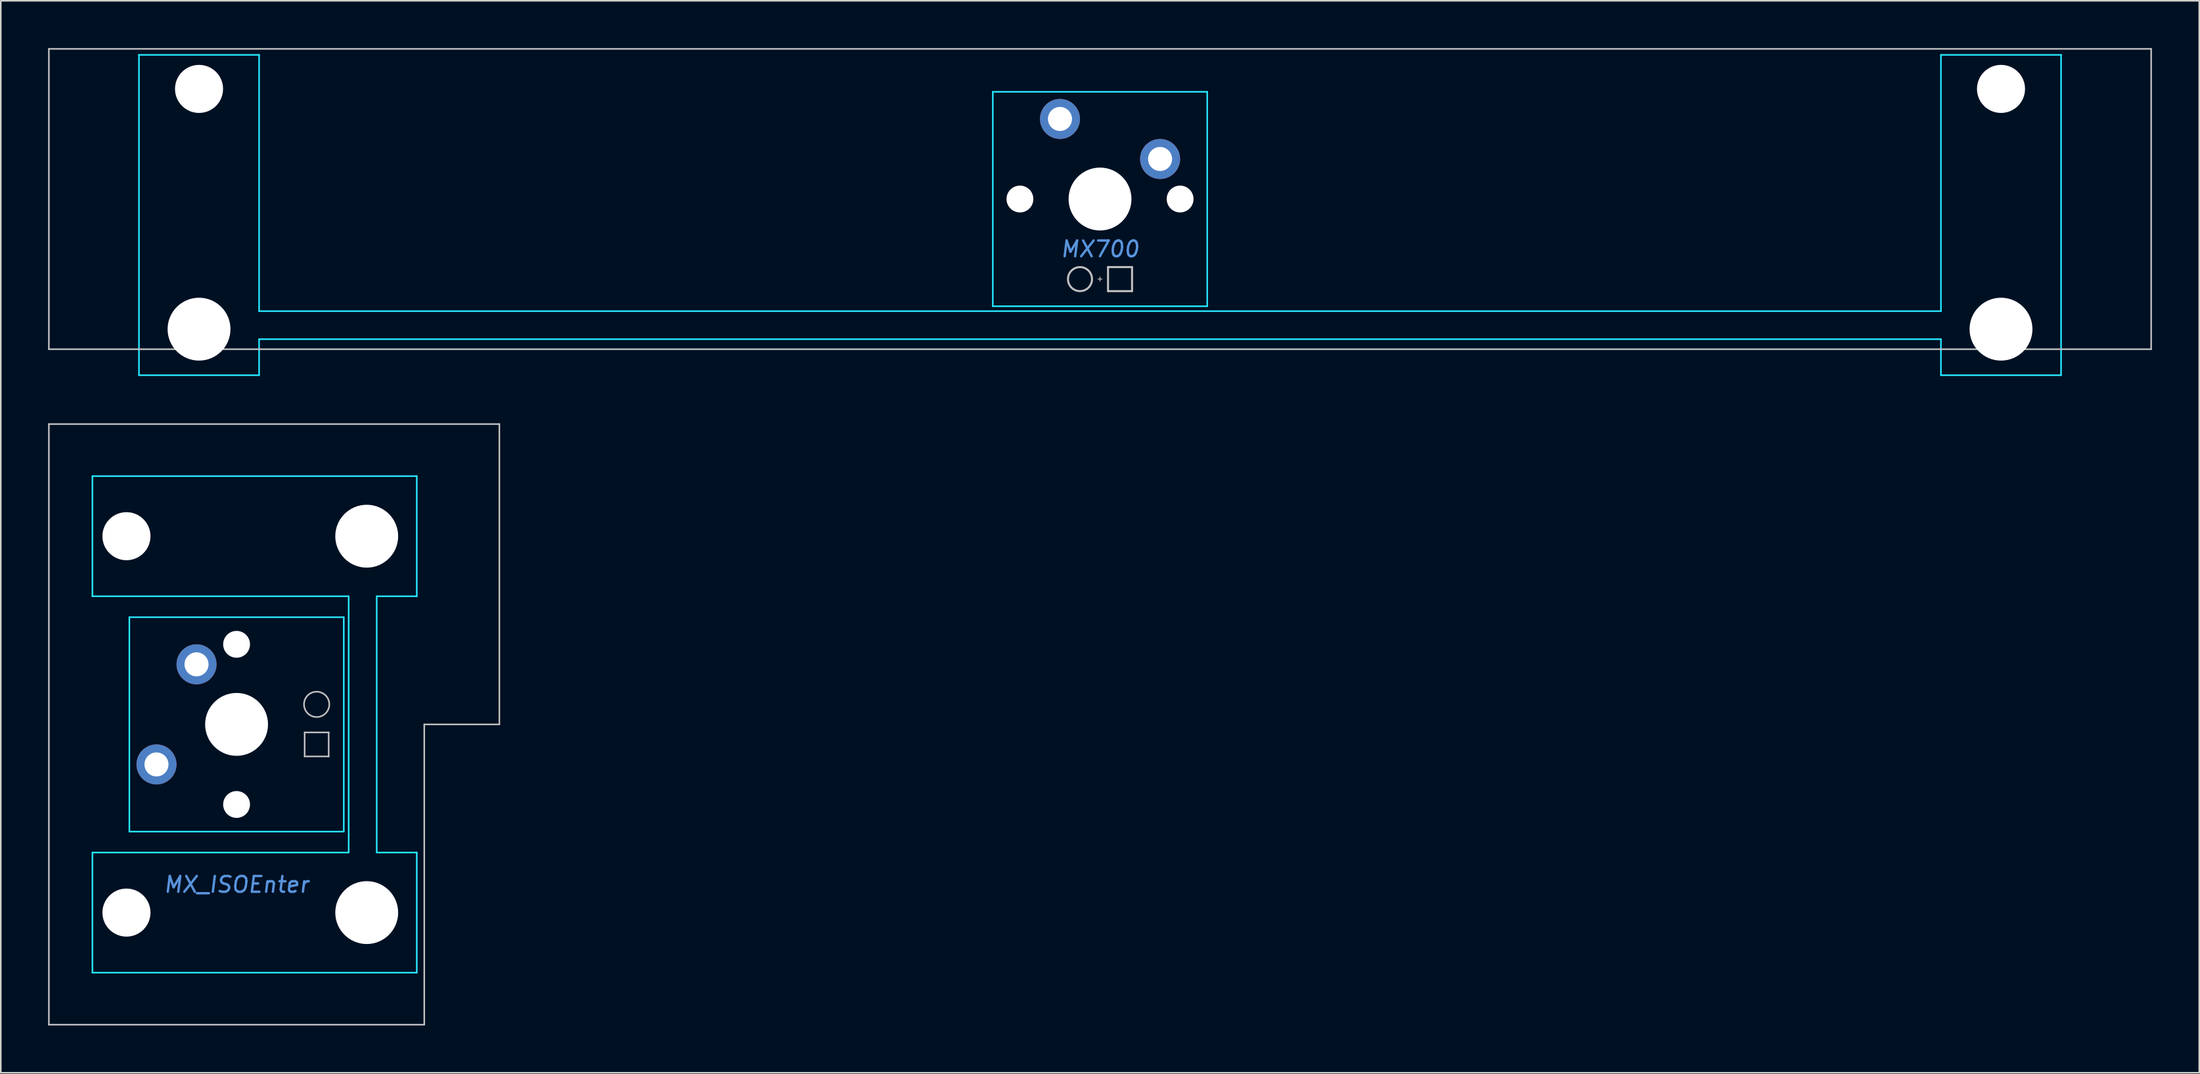
<source format=kicad_pcb>
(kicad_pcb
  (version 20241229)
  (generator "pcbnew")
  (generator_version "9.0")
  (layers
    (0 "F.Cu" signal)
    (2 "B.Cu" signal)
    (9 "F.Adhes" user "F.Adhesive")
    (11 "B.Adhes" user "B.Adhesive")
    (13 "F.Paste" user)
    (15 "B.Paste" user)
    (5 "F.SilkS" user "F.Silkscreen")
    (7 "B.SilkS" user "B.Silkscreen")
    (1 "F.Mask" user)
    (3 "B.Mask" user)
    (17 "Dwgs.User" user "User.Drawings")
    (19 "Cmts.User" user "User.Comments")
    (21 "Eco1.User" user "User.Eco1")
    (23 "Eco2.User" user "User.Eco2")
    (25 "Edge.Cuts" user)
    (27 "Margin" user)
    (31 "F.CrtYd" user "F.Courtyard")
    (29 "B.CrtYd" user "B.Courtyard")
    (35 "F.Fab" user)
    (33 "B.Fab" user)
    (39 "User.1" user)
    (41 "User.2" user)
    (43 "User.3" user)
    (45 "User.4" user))
  (footprint "MX_ISOEnter"
    (layer "F.Cu")
    (at 11.956 42.901)
    (property "Reference" "MX_ISOEnter" (at 0 10.16 0) (layer "Cmts.User") (effects (font (size 1 1) (thickness 0.15) (italic yes))))
    (attr through_hole)
    (fp_line (start -11.906 19.05) (end -11.906 -19.05) (stroke (width 0.1) (type solid)) (layer "Dwgs.User"))
    (fp_line (start -0.127 5.08) (end 0.127 5.08) (stroke (width 0.05) (type solid)) (layer "Dwgs.User"))
    (fp_line (start 0 5.207) (end 0 4.953) (stroke (width 0.05) (type solid)) (layer "Dwgs.User"))
    (fp_line (start 4.318 0.508) (end 4.318 2.032) (stroke (width 0.1) (type solid)) (layer "Dwgs.User"))
    (fp_line (start 4.318 0.508) (end 5.842 0.508) (stroke (width 0.1) (type solid)) (layer "Dwgs.User"))
    (fp_line (start 4.318 2.032) (end 5.842 2.032) (stroke (width 0.1) (type solid)) (layer "Dwgs.User"))
    (fp_line (start 5.842 2.032) (end 5.842 0.508) (stroke (width 0.1) (type solid)) (layer "Dwgs.User"))
    (fp_line (start 11.906 19.05) (end -11.906 19.05) (stroke (width 0.1) (type solid)) (layer "Dwgs.User"))
    (fp_line (start 11.906 19.05) (end 11.906 0) (stroke (width 0.1) (type solid)) (layer "Dwgs.User"))
    (fp_line (start 16.669 -19.05) (end -11.906 -19.05) (stroke (width 0.1) (type solid)) (layer "Dwgs.User"))
    (fp_line (start 16.669 0) (end 11.906 0) (stroke (width 0.1) (type solid)) (layer "Dwgs.User"))
    (fp_line (start 16.669 0) (end 16.669 -19.05) (stroke (width 0.1) (type solid)) (layer "Dwgs.User"))
    (fp_circle (center 5.08 -1.27) (end 5.883 -1.27) (stroke (width 0.1) (type solid)) (fill no) (layer "Dwgs.User"))
    (fp_line (start -9.144 -15.748) (end 11.43 -15.748) (stroke (width 0.1) (type solid)) (layer "B.CrtYd"))
    (fp_line (start -9.144 -8.128) (end -9.144 -15.748) (stroke (width 0.1) (type solid)) (layer "B.CrtYd"))
    (fp_line (start -9.144 -8.128) (end 7.112 -8.128) (stroke (width 0.1) (type solid)) (layer "B.CrtYd"))
    (fp_line (start -9.144 8.128) (end 7.112 8.128) (stroke (width 0.1) (type solid)) (layer "B.CrtYd"))
    (fp_line (start -9.144 15.748) (end -9.144 8.128) (stroke (width 0.1) (type solid)) (layer "B.CrtYd"))
    (fp_line (start -6.8 6.8) (end -6.8 -6.8) (stroke (width 0.1) (type solid)) (layer "B.CrtYd"))
    (fp_line (start 6.8 -6.8) (end -6.8 -6.8) (stroke (width 0.1) (type solid)) (layer "B.CrtYd"))
    (fp_line (start 6.8 6.8) (end -6.8 6.8) (stroke (width 0.1) (type solid)) (layer "B.CrtYd"))
    (fp_line (start 6.8 6.8) (end 6.8 -6.8) (stroke (width 0.1) (type solid)) (layer "B.CrtYd"))
    (fp_line (start 7.112 8.128) (end 7.112 -8.128) (stroke (width 0.1) (type solid)) (layer "B.CrtYd"))
    (fp_line (start 8.89 8.128) (end 8.89 -8.128) (stroke (width 0.1) (type solid)) (layer "B.CrtYd"))
    (fp_line (start 11.43 -15.748) (end 11.43 -8.128) (stroke (width 0.1) (type solid)) (layer "B.CrtYd"))
    (fp_line (start 11.43 -8.128) (end 8.89 -8.128) (stroke (width 0.1) (type solid)) (layer "B.CrtYd"))
    (fp_line (start 11.43 8.128) (end 8.89 8.128) (stroke (width 0.1) (type solid)) (layer "B.CrtYd"))
    (fp_line (start 11.43 8.128) (end 11.43 15.748) (stroke (width 0.1) (type solid)) (layer "B.CrtYd"))
    (fp_line (start 11.43 15.748) (end -9.144 15.748) (stroke (width 0.1) (type solid)) (layer "B.CrtYd"))
    (pad "" np_thru_hole circle (at -6.985 -11.938 90) (size 3.048 3.048) (drill 3.048) (layers "*.Cu" "*.Mask"))
    (pad "" np_thru_hole circle (at -6.985 11.938 90) (size 3.048 3.048) (drill 3.048) (layers "*.Cu" "*.Mask"))
    (pad "" connect circle (at -5.08 2.54) (size 1.524 1.524) (layers "B.Mask"))
    (pad "" connect circle (at -2.54 -3.81) (size 1.524 1.524) (layers "B.Mask"))
    (pad "" np_thru_hole circle (at 0 -5.08) (size 1.702 1.702) (drill 1.702) (layers "*.Cu" "*.Mask"))
    (pad "" np_thru_hole circle (at 0 0) (size 3.988 3.988) (drill 3.988) (layers "*.Cu" "*.Mask"))
    (pad "" np_thru_hole circle (at 0 5.08) (size 1.702 1.702) (drill 1.702) (layers "*.Cu" "*.Mask"))
    (pad "" np_thru_hole circle (at 8.255 -11.938 90) (size 3.988 3.988) (drill 3.988) (layers "*.Cu" "*.Mask"))
    (pad "" np_thru_hole circle (at 8.255 11.938 90) (size 3.988 3.988) (drill 3.988) (layers "*.Cu" "*.Mask"))
    (pad "1" thru_hole circle (at -5.08 2.54) (size 2.54 2.54) (drill 1.524) (layers "*.Cu" "F.Mask"))
    (pad "2" thru_hole circle (at -2.54 -3.81) (size 2.54 2.54) (drill 1.524) (layers "*.Cu" "F.Mask")))
  (footprint "MX700"
    (layer "F.Cu")
    (at 66.725 9.575)
    (property "Reference" "MX700" (at 0 3.175 0) (layer "Cmts.User") (effects (font (size 1 1) (thickness 0.15) (italic yes))))
    (attr through_hole)
    (fp_line (start -66.675 -9.525) (end -66.675 9.525) (stroke (width 0.1) (type solid)) (layer "Dwgs.User"))
    (fp_line (start -66.675 -9.525) (end 66.675 -9.525) (stroke (width 0.1) (type solid)) (layer "Dwgs.User"))
    (fp_line (start -66.675 9.525) (end 66.675 9.525) (stroke (width 0.1) (type solid)) (layer "Dwgs.User"))
    (fp_line (start -0.127 5.08) (end 0.127 5.08) (stroke (width 0.051) (type solid)) (layer "Dwgs.User"))
    (fp_line (start 0 4.953) (end 0 5.207) (stroke (width 0.051) (type solid)) (layer "Dwgs.User"))
    (fp_line (start 0.508 4.318) (end 0.508 5.842) (stroke (width 0.127) (type solid)) (layer "Dwgs.User"))
    (fp_line (start 0.508 4.318) (end 2.032 4.318) (stroke (width 0.127) (type solid)) (layer "Dwgs.User"))
    (fp_line (start 0.508 5.842) (end 2.032 5.842) (stroke (width 0.127) (type solid)) (layer "Dwgs.User"))
    (fp_line (start 2.032 5.842) (end 2.032 4.318) (stroke (width 0.127) (type solid)) (layer "Dwgs.User"))
    (fp_line (start 66.675 -9.525) (end 66.675 9.525) (stroke (width 0.1) (type solid)) (layer "Dwgs.User"))
    (fp_circle (center -1.27 5.08) (end -0.508 5.08) (stroke (width 0.127) (type solid)) (fill no) (layer "Dwgs.User"))
    (fp_line (start -60.96 -9.144) (end -60.96 11.176) (stroke (width 0.1) (type solid)) (layer "B.CrtYd"))
    (fp_line (start -60.96 -9.144) (end -53.34 -9.144) (stroke (width 0.1) (type solid)) (layer "B.CrtYd"))
    (fp_line (start -60.96 11.176) (end -53.34 11.176) (stroke (width 0.1) (type solid)) (layer "B.CrtYd"))
    (fp_line (start -53.34 7.112) (end -53.34 -9.144) (stroke (width 0.1) (type solid)) (layer "B.CrtYd"))
    (fp_line (start -53.34 7.112) (end 53.34 7.112) (stroke (width 0.1) (type solid)) (layer "B.CrtYd"))
    (fp_line (start -53.34 8.89) (end -53.34 11.176) (stroke (width 0.1) (type solid)) (layer "B.CrtYd"))
    (fp_line (start -53.34 8.89) (end 53.34 8.89) (stroke (width 0.1) (type solid)) (layer "B.CrtYd"))
    (fp_line (start -6.8 -6.8) (end -6.8 6.8) (stroke (width 0.1) (type solid)) (layer "B.CrtYd"))
    (fp_line (start -6.8 -6.8) (end 6.8 -6.8) (stroke (width 0.1) (type solid)) (layer "B.CrtYd"))
    (fp_line (start -6.8 6.8) (end 6.8 6.8) (stroke (width 0.1) (type solid)) (layer "B.CrtYd"))
    (fp_line (start 6.8 6.8) (end 6.8 -6.8) (stroke (width 0.1) (type solid)) (layer "B.CrtYd"))
    (fp_line (start 53.34 -9.144) (end 60.96 -9.144) (stroke (width 0.1) (type solid)) (layer "B.CrtYd"))
    (fp_line (start 53.34 7.112) (end 53.34 -9.144) (stroke (width 0.1) (type solid)) (layer "B.CrtYd"))
    (fp_line (start 53.34 8.89) (end 53.34 11.176) (stroke (width 0.1) (type solid)) (layer "B.CrtYd"))
    (fp_line (start 53.34 11.176) (end 60.96 11.176) (stroke (width 0.1) (type solid)) (layer "B.CrtYd"))
    (fp_line (start 60.96 -9.144) (end 60.96 11.176) (stroke (width 0.1) (type solid)) (layer "B.CrtYd"))
    (pad "" np_thru_hole circle (at -57.15 -6.985 180) (size 3.048 3.048) (drill 3.048) (layers "*.Cu" "*.Mask"))
    (pad "" np_thru_hole circle (at -57.15 8.255 180) (size 3.988 3.988) (drill 3.988) (layers "*.Cu" "*.Mask"))
    (pad "" np_thru_hole circle (at -5.08 0) (size 1.702 1.702) (drill 1.702) (layers "*.Cu" "*.Mask"))
    (pad "" connect circle (at -2.54 -5.08) (size 1.524 1.524) (layers "B.Mask"))
    (pad "" np_thru_hole circle (at 0 0) (size 3.988 3.988) (drill 3.988) (layers "*.Cu" "*.Mask"))
    (pad "" connect circle (at 3.81 -2.54) (size 1.524 1.524) (layers "B.Mask"))
    (pad "" np_thru_hole circle (at 5.08 0) (size 1.702 1.702) (drill 1.702) (layers "*.Cu" "*.Mask"))
    (pad "" np_thru_hole circle (at 57.15 -6.985 180) (size 3.048 3.048) (drill 3.048) (layers "*.Cu" "*.Mask"))
    (pad "" np_thru_hole circle (at 57.15 8.255 180) (size 3.988 3.988) (drill 3.988) (layers "*.Cu" "*.Mask"))
    (pad "1" thru_hole circle (at -2.54 -5.08) (size 2.54 2.54) (drill 1.524) (layers "*.Cu" "F.Mask"))
    (pad "2" thru_hole circle (at 3.81 -2.54) (size 2.54 2.54) (drill 1.524) (layers "*.Cu" "F.Mask")))
  (gr_rect
    (start -3 -3)
    (end 136.45 65.001)
    (stroke (width 0.1) (type default))
    (fill no)
    (layer "Edge.Cuts")))
</source>
